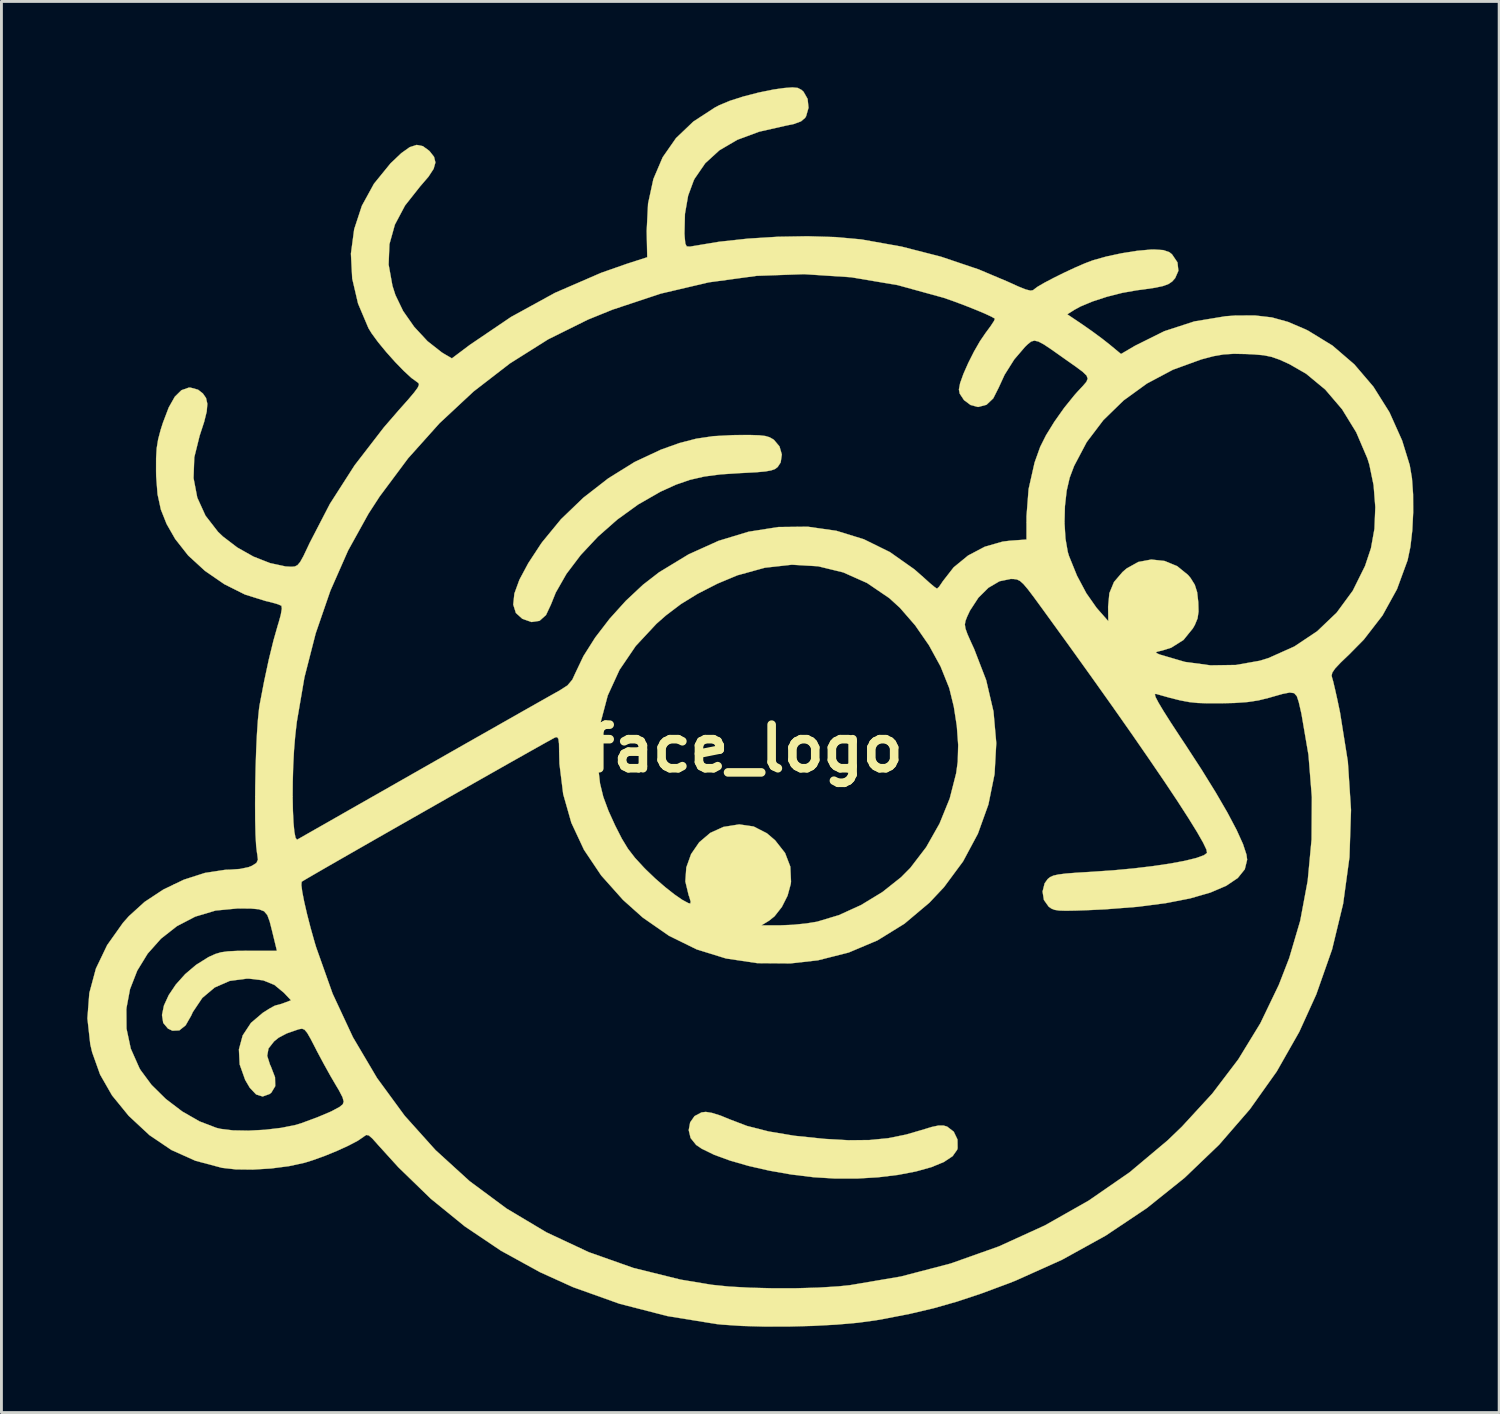
<source format=kicad_pcb>
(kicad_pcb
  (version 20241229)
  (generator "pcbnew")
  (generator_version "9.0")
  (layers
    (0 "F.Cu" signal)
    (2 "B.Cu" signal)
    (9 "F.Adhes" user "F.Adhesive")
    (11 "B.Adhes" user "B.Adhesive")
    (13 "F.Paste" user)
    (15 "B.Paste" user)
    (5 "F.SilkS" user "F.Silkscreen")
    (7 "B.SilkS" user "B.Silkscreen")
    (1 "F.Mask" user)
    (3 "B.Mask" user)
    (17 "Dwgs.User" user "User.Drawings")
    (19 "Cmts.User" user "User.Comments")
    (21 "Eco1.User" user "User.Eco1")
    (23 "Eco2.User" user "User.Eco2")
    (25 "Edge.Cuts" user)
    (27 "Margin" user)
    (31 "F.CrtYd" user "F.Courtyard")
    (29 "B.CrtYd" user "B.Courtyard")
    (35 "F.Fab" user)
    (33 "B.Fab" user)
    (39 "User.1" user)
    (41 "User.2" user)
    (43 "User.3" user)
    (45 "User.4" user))
  (footprint "face_logo"
    (layer "F.Cu")
    (at 23.012 23.111)
    (property "Reference" "face_logo" (at 0 0 0) (layer "F.SilkS") (effects (font (size 1.524 1.524) (thickness 0.3))))
    (attr through_hole)
    (fp_poly (pts (xy -1.176 12.736) (xy -0.877 12.83) (xy -0.577 12.954) (xy 0.045 13.191) (xy 0.803 13.384) (xy 1.706 13.535) (xy 2.752 13.643) (xy 3.596 13.691) (xy 4.322 13.684) (xy 4.977 13.62) (xy 5.604 13.493) (xy 6.137 13.338) (xy 6.494 13.229) (xy 6.737 13.177) (xy 6.909 13.176) (xy 7.039 13.213) (xy 7.272 13.392) (xy 7.402 13.664) (xy 7.406 13.969) (xy 7.39 14.025) (xy 7.232 14.248) (xy 6.926 14.451) (xy 6.493 14.63) (xy 5.952 14.781) (xy 5.326 14.901) (xy 4.634 14.985) (xy 3.898 15.029) (xy 3.137 15.03) (xy 2.372 14.983) (xy 2.371 14.983) (xy 1.594 14.888) (xy 0.831 14.754) (xy 0.108 14.59) (xy -0.546 14.402) (xy -1.104 14.198) (xy -1.538 13.986) (xy -1.731 13.855) (xy -1.925 13.613) (xy -1.991 13.337) (xy -1.941 13.068) (xy -1.788 12.848) (xy -1.544 12.718) (xy -1.393 12.7) (xy -1.176 12.736)) (stroke (width 0.01) (type solid)) (fill yes) (layer "F.SilkS"))
    (fp_poly (pts (xy 0.474 -10.947) (xy 0.685 -10.923) (xy 0.834 -10.879) (xy 0.954 -10.811) (xy 0.989 -10.787) (xy 1.182 -10.557) (xy 1.263 -10.276) (xy 1.223 -10) (xy 1.118 -9.839) (xy 1.027 -9.77) (xy 0.893 -9.721) (xy 0.686 -9.684) (xy 0.376 -9.656) (xy -0.068 -9.632) (xy -0.178 -9.627) (xy -0.871 -9.582) (xy -1.445 -9.507) (xy -1.95 -9.391) (xy -2.436 -9.223) (xy -2.951 -8.989) (xy -2.997 -8.966) (xy -3.759 -8.529) (xy -4.49 -8) (xy -5.167 -7.403) (xy -5.766 -6.763) (xy -6.265 -6.104) (xy -6.639 -5.449) (xy -6.808 -5.029) (xy -6.979 -4.666) (xy -7.205 -4.463) (xy -7.484 -4.421) (xy -7.805 -4.533) (xy -8.031 -4.736) (xy -8.124 -5.03) (xy -8.084 -5.416) (xy -7.909 -5.897) (xy -7.6 -6.475) (xy -7.156 -7.152) (xy -7.109 -7.218) (xy -6.456 -8.013) (xy -5.674 -8.765) (xy -4.803 -9.442) (xy -3.881 -10.015) (xy -2.963 -10.445) (xy -2.314 -10.677) (xy -1.726 -10.829) (xy -1.129 -10.917) (xy -0.452 -10.953) (xy -0.281 -10.956) (xy 0.163 -10.957) (xy 0.474 -10.947)) (stroke (width 0.01) (type solid)) (fill yes) (layer "F.SilkS"))
    (fp_poly (pts (xy 1.82 -23.088) (xy 1.95 -23.02) (xy 2.021 -22.956) (xy 2.164 -22.704) (xy 2.196 -22.395) (xy 2.111 -22.098) (xy 2.076 -22.041) (xy 1.934 -21.92) (xy 1.682 -21.827) (xy 1.377 -21.764) (xy 0.47 -21.558) (xy -0.293 -21.275) (xy -0.918 -20.909) (xy -1.413 -20.457) (xy -1.786 -19.914) (xy -1.815 -19.857) (xy -2.012 -19.322) (xy -2.123 -18.686) (xy -2.14 -17.998) (xy -2.132 -17.876) (xy -2.11 -17.648) (xy -2.061 -17.55) (xy -1.949 -17.541) (xy -1.836 -17.561) (xy -0.925 -17.712) (xy 0.078 -17.821) (xy 1.124 -17.886) (xy 2.161 -17.904) (xy 3.14 -17.875) (xy 4.012 -17.796) (xy 4.064 -17.789) (xy 5.444 -17.543) (xy 6.823 -17.19) (xy 8.145 -16.744) (xy 9.161 -16.315) (xy 9.538 -16.144) (xy 9.792 -16.043) (xy 9.952 -16.004) (xy 10.045 -16.019) (xy 10.077 -16.047) (xy 10.201 -16.139) (xy 10.443 -16.28) (xy 10.767 -16.45) (xy 11.134 -16.632) (xy 11.509 -16.807) (xy 11.853 -16.956) (xy 12.13 -17.061) (xy 12.133 -17.062) (xy 12.605 -17.195) (xy 13.143 -17.31) (xy 13.681 -17.395) (xy 14.15 -17.438) (xy 14.274 -17.441) (xy 14.596 -17.42) (xy 14.805 -17.348) (xy 14.899 -17.274) (xy 15.091 -16.991) (xy 15.123 -16.698) (xy 15.01 -16.44) (xy 14.906 -16.322) (xy 14.776 -16.234) (xy 14.589 -16.165) (xy 14.312 -16.106) (xy 13.913 -16.047) (xy 13.665 -16.015) (xy 13.162 -15.926) (xy 12.63 -15.791) (xy 12.124 -15.626) (xy 11.698 -15.448) (xy 11.493 -15.336) (xy 11.24 -15.176) (xy 11.779 -14.813) (xy 12.115 -14.578) (xy 12.46 -14.323) (xy 12.718 -14.12) (xy 13.118 -13.789) (xy 13.612 -14.079) (xy 14.63 -14.585) (xy 15.679 -14.927) (xy 16.772 -15.108) (xy 17.104 -15.132) (xy 17.793 -15.136) (xy 18.39 -15.067) (xy 18.958 -14.909) (xy 19.562 -14.651) (xy 19.661 -14.602) (xy 20.51 -14.082) (xy 21.273 -13.425) (xy 21.94 -12.644) (xy 22.5 -11.752) (xy 22.943 -10.763) (xy 23.208 -9.906) (xy 23.286 -9.448) (xy 23.326 -8.88) (xy 23.329 -8.255) (xy 23.298 -7.627) (xy 23.232 -7.051) (xy 23.134 -6.582) (xy 23.133 -6.579) (xy 22.763 -5.569) (xy 22.256 -4.65) (xy 21.604 -3.807) (xy 21.097 -3.293) (xy 20.794 -3.003) (xy 20.602 -2.799) (xy 20.503 -2.655) (xy 20.478 -2.548) (xy 20.49 -2.494) (xy 20.532 -2.348) (xy 20.597 -2.073) (xy 20.678 -1.71) (xy 20.765 -1.295) (xy 20.771 -1.267) (xy 21.046 0.459) (xy 21.156 2.147) (xy 21.102 3.8) (xy 20.881 5.424) (xy 20.495 7.02) (xy 19.942 8.594) (xy 19.348 9.902) (xy 18.56 11.288) (xy 17.623 12.606) (xy 16.547 13.847) (xy 15.342 15.002) (xy 14.019 16.063) (xy 12.586 17.022) (xy 11.054 17.869) (xy 9.433 18.597) (xy 9.181 18.696) (xy 8.239 19.046) (xy 7.387 19.329) (xy 6.569 19.562) (xy 5.727 19.76) (xy 4.804 19.939) (xy 4.53 19.987) (xy 3.913 20.07) (xy 3.173 20.135) (xy 2.353 20.179) (xy 1.499 20.202) (xy 0.656 20.203) (xy -0.132 20.181) (xy -0.821 20.135) (xy -1.016 20.115) (xy -2.735 19.836) (xy -4.415 19.404) (xy -6.032 18.826) (xy -7.191 18.301) (xy -8.553 17.552) (xy -9.815 16.703) (xy -11.003 15.737) (xy -12.141 14.633) (xy -12.85 13.852) (xy -13.047 13.631) (xy -13.172 13.522) (xy -13.261 13.506) (xy -13.348 13.563) (xy -13.361 13.574) (xy -13.558 13.708) (xy -13.875 13.875) (xy -14.27 14.056) (xy -14.701 14.233) (xy -15.127 14.387) (xy -15.415 14.477) (xy -15.961 14.596) (xy -16.584 14.677) (xy -17.223 14.716) (xy -17.82 14.709) (xy -18.302 14.655) (xy -19.232 14.408) (xy -20.07 14.032) (xy -20.838 13.513) (xy -21.561 12.84) (xy -21.571 12.829) (xy -22.145 12.125) (xy -22.563 11.396) (xy -22.841 10.617) (xy -22.907 10.334) (xy -23.007 9.431) (xy -22.981 9.091) (xy -21.646 9.091) (xy -21.641 9.789) (xy -21.492 10.488) (xy -21.189 11.171) (xy -21.152 11.235) (xy -20.766 11.756) (xy -20.266 12.249) (xy -19.694 12.684) (xy -19.091 13.031) (xy -18.498 13.258) (xy -18.354 13.293) (xy -17.919 13.346) (xy -17.381 13.356) (xy -16.8 13.325) (xy -16.233 13.258) (xy -15.74 13.159) (xy -15.536 13.098) (xy -14.937 12.875) (xy -14.489 12.685) (xy -14.196 12.529) (xy -14.082 12.436) (xy -14.049 12.341) (xy -14.089 12.19) (xy -14.212 11.951) (xy -14.321 11.769) (xy -14.519 11.43) (xy -14.75 11.014) (xy -14.973 10.597) (xy -15.031 10.483) (xy -15.205 10.146) (xy -15.327 9.935) (xy -15.419 9.826) (xy -15.506 9.792) (xy -15.609 9.809) (xy -15.64 9.818) (xy -16.041 9.957) (xy -16.323 10.106) (xy -16.482 10.234) (xy -16.678 10.483) (xy -16.724 10.741) (xy -16.626 11.049) (xy -16.601 11.097) (xy -16.45 11.489) (xy -16.443 11.801) (xy -16.58 12.029) (xy -16.64 12.075) (xy -16.882 12.162) (xy -17.11 12.09) (xy -17.332 11.856) (xy -17.493 11.582) (xy -17.685 11.041) (xy -17.712 10.517) (xy -17.58 10.028) (xy -17.291 9.59) (xy -16.878 9.238) (xy -16.65 9.094) (xy -16.478 8.998) (xy -16.416 8.975) (xy -16.297 8.947) (xy -16.121 8.887) (xy -15.891 8.8) (xy -16.137 8.538) (xy -16.471 8.262) (xy -16.863 8.103) (xy -17.353 8.044) (xy -17.441 8.043) (xy -18.034 8.122) (xy -18.556 8.35) (xy -18.991 8.716) (xy -19.323 9.21) (xy -19.38 9.335) (xy -19.574 9.674) (xy -19.794 9.851) (xy -20.036 9.862) (xy -20.19 9.789) (xy -20.357 9.59) (xy -20.4 9.314) (xy -20.332 8.983) (xy -20.166 8.62) (xy -19.915 8.247) (xy -19.591 7.886) (xy -19.208 7.561) (xy -18.778 7.292) (xy -18.735 7.271) (xy -18.535 7.181) (xy -18.337 7.122) (xy -18.098 7.089) (xy -17.774 7.073) (xy -17.357 7.07) (xy -16.383 7.07) (xy -16.552 6.376) (xy -16.636 6.045) (xy -16.718 5.823) (xy -16.832 5.688) (xy -17.011 5.619) (xy -17.289 5.593) (xy -17.698 5.589) (xy -17.755 5.589) (xy -18.527 5.663) (xy -19.238 5.875) (xy -19.878 6.208) (xy -20.436 6.646) (xy -20.902 7.17) (xy -21.266 7.764) (xy -21.518 8.41) (xy -21.646 9.091) (xy -22.981 9.091) (xy -22.94 8.548) (xy -22.71 7.692) (xy -22.317 6.872) (xy -21.765 6.094) (xy -21.561 5.863) (xy -21.008 5.361) (xy -20.352 4.928) (xy -20.007 4.763) (xy -15.53 4.763) (xy -15.499 5.005) (xy -15.431 5.354) (xy -15.332 5.783) (xy -15.208 6.265) (xy -15.065 6.773) (xy -15.014 6.943) (xy -14.438 8.566) (xy -13.726 10.093) (xy -12.884 11.517) (xy -11.92 12.833) (xy -10.84 14.036) (xy -9.65 15.12) (xy -8.356 16.079) (xy -6.965 16.909) (xy -5.484 17.603) (xy -3.919 18.156) (xy -2.276 18.562) (xy -1.185 18.743) (xy -0.578 18.805) (xy 0.148 18.845) (xy 0.943 18.865) (xy 1.756 18.864) (xy 2.539 18.842) (xy 3.242 18.798) (xy 3.641 18.757) (xy 5.423 18.454) (xy 7.162 18) (xy 8.845 17.403) (xy 10.458 16.667) (xy 11.987 15.801) (xy 13.42 14.81) (xy 14.742 13.7) (xy 15.247 13.215) (xy 16.308 12.06) (xy 17.216 10.865) (xy 17.987 9.605) (xy 18.635 8.257) (xy 18.997 7.324) (xy 19.382 6.018) (xy 19.642 4.626) (xy 19.778 3.176) (xy 19.788 1.699) (xy 19.67 0.225) (xy 19.424 -1.216) (xy 19.402 -1.312) (xy 19.33 -1.626) (xy 19.263 -1.829) (xy 19.168 -1.935) (xy 19.013 -1.957) (xy 18.766 -1.909) (xy 18.395 -1.804) (xy 18.288 -1.773) (xy 17.92 -1.682) (xy 17.536 -1.624) (xy 17.083 -1.592) (xy 16.595 -1.581) (xy 16.151 -1.581) (xy 15.802 -1.592) (xy 15.496 -1.624) (xy 15.182 -1.684) (xy 14.807 -1.778) (xy 14.335 -1.911) (xy 14.299 -1.893) (xy 14.327 -1.796) (xy 14.425 -1.607) (xy 14.599 -1.316) (xy 14.855 -0.912) (xy 15.201 -0.384) (xy 15.352 -0.157) (xy 15.933 0.736) (xy 16.43 1.539) (xy 16.84 2.245) (xy 17.158 2.847) (xy 17.38 3.337) (xy 17.502 3.707) (xy 17.526 3.886) (xy 17.443 4.222) (xy 17.198 4.526) (xy 16.796 4.797) (xy 16.239 5.035) (xy 15.534 5.238) (xy 14.684 5.404) (xy 13.695 5.532) (xy 12.569 5.62) (xy 12.023 5.646) (xy 11.539 5.664) (xy 11.194 5.67) (xy 10.957 5.663) (xy 10.799 5.639) (xy 10.688 5.596) (xy 10.596 5.532) (xy 10.588 5.525) (xy 10.423 5.292) (xy 10.376 4.999) (xy 10.449 4.71) (xy 10.556 4.562) (xy 10.64 4.494) (xy 10.755 4.442) (xy 10.929 4.403) (xy 11.189 4.37) (xy 11.562 4.341) (xy 12.076 4.31) (xy 12.836 4.258) (xy 13.564 4.19) (xy 14.239 4.109) (xy 14.842 4.02) (xy 15.353 3.924) (xy 15.751 3.826) (xy 16.017 3.729) (xy 16.124 3.649) (xy 16.104 3.533) (xy 15.987 3.288) (xy 15.778 2.922) (xy 15.48 2.44) (xy 15.099 1.849) (xy 14.638 1.157) (xy 14.102 0.371) (xy 13.497 -0.505) (xy 12.826 -1.461) (xy 12.093 -2.493) (xy 11.304 -3.593) (xy 10.463 -4.754) (xy 10.365 -4.889) (xy 10.075 -5.286) (xy 9.863 -5.566) (xy 9.708 -5.749) (xy 9.587 -5.857) (xy 9.48 -5.909) (xy 9.364 -5.925) (xy 9.263 -5.927) (xy 8.87 -5.846) (xy 8.485 -5.62) (xy 8.132 -5.27) (xy 7.838 -4.819) (xy 7.738 -4.606) (xy 7.682 -4.461) (xy 7.66 -4.336) (xy 7.681 -4.193) (xy 7.752 -3.995) (xy 7.882 -3.702) (xy 7.985 -3.479) (xy 8.404 -2.393) (xy 8.661 -1.293) (xy 8.758 -0.192) (xy 8.698 0.895) (xy 8.483 1.956) (xy 8.116 2.977) (xy 7.598 3.944) (xy 6.933 4.843) (xy 6.421 5.388) (xy 5.547 6.124) (xy 4.607 6.705) (xy 3.6 7.13) (xy 2.524 7.402) (xy 1.566 7.51) (xy 0.405 7.501) (xy -0.687 7.338) (xy -1.714 7.02) (xy -2.682 6.544) (xy -3.597 5.908) (xy -4.286 5.292) (xy -5.05 4.436) (xy -5.651 3.54) (xy -6.093 2.595) (xy -6.378 1.595) (xy -6.509 0.534) (xy -6.519 0.144) (xy -5.163 0.144) (xy -5.148 0.727) (xy -5.091 1.222) (xy -4.978 1.686) (xy -4.796 2.178) (xy -4.56 2.697) (xy -4.33 3.148) (xy -4.115 3.502) (xy -3.871 3.819) (xy -3.555 4.162) (xy -3.487 4.231) (xy -3.159 4.545) (xy -2.817 4.842) (xy -2.491 5.099) (xy -2.21 5.293) (xy -2.003 5.403) (xy -1.935 5.419) (xy -1.923 5.351) (xy -1.972 5.182) (xy -1.994 5.125) (xy -2.109 4.645) (xy -2.075 4.156) (xy -1.908 3.69) (xy -1.624 3.277) (xy -1.238 2.949) (xy -0.778 2.74) (xy -0.226 2.652) (xy 0.277 2.725) (xy 0.741 2.962) (xy 1.028 3.207) (xy 1.376 3.65) (xy 1.56 4.129) (xy 1.584 4.654) (xy 1.575 4.734) (xy 1.464 5.142) (xy 1.264 5.538) (xy 1.008 5.864) (xy 0.819 6.016) (xy 0.55 6.18) (xy 1.228 6.179) (xy 1.657 6.161) (xy 2.119 6.114) (xy 2.495 6.053) (xy 3.259 5.823) (xy 4.037 5.468) (xy 4.778 5.017) (xy 5.431 4.499) (xy 5.754 4.173) (xy 6.309 3.448) (xy 6.775 2.624) (xy 7.131 1.747) (xy 7.357 0.862) (xy 7.412 0.457) (xy 7.427 -0.125) (xy 7.379 -0.79) (xy 7.274 -1.465) (xy 7.123 -2.081) (xy 7.107 -2.132) (xy 6.812 -2.867) (xy 6.407 -3.607) (xy 5.923 -4.306) (xy 5.393 -4.916) (xy 5.02 -5.256) (xy 4.242 -5.785) (xy 3.409 -6.156) (xy 2.53 -6.37) (xy 1.614 -6.424) (xy 0.671 -6.319) (xy -0.29 -6.054) (xy -0.987 -5.763) (xy -1.68 -5.408) (xy -2.262 -5.05) (xy -2.786 -4.653) (xy -3.12 -4.359) (xy -3.842 -3.585) (xy -4.41 -2.749) (xy -4.821 -1.853) (xy -5.073 -0.903) (xy -5.163 0.096) (xy -5.163 0.144) (xy -6.519 0.144) (xy -6.519 0.139) (xy -6.524 -0.168) (xy -6.546 -0.336) (xy -6.591 -0.398) (xy -6.654 -0.39) (xy -6.75 -0.34) (xy -6.976 -0.215) (xy -7.317 -0.024) (xy -7.757 0.224) (xy -8.281 0.519) (xy -8.872 0.854) (xy -9.514 1.218) (xy -10.193 1.603) (xy -10.891 2.001) (xy -11.594 2.401) (xy -12.286 2.795) (xy -12.95 3.174) (xy -13.572 3.53) (xy -14.134 3.852) (xy -14.622 4.132) (xy -15.02 4.362) (xy -15.311 4.531) (xy -15.481 4.632) (xy -15.518 4.656) (xy -15.53 4.763) (xy -20.007 4.763) (xy -19.635 4.584) (xy -18.9 4.348) (xy -18.189 4.239) (xy -18.009 4.233) (xy -17.673 4.209) (xy -17.378 4.147) (xy -17.265 4.103) (xy -17.101 4.001) (xy -17.047 3.885) (xy -17.072 3.683) (xy -17.078 3.658) (xy -17.109 3.403) (xy -17.131 3.01) (xy -17.143 2.51) (xy -17.146 1.933) (xy -17.144 1.684) (xy -15.834 1.684) (xy -15.825 2.169) (xy -15.805 2.586) (xy -15.774 2.911) (xy -15.733 3.12) (xy -15.681 3.187) (xy -15.674 3.184) (xy -15.593 3.138) (xy -15.378 3.015) (xy -15.041 2.823) (xy -14.596 2.57) (xy -14.057 2.262) (xy -13.435 1.908) (xy -12.744 1.515) (xy -11.997 1.089) (xy -11.261 0.67) (xy -10.46 0.214) (xy -9.694 -0.222) (xy -8.976 -0.629) (xy -8.321 -1.001) (xy -7.743 -1.329) (xy -7.257 -1.604) (xy -6.877 -1.819) (xy -6.617 -1.965) (xy -6.502 -2.029) (xy -6.229 -2.205) (xy -6.058 -2.407) (xy -5.958 -2.625) (xy -5.67 -3.23) (xy -5.26 -3.878) (xy -4.757 -4.533) (xy -4.191 -5.16) (xy -3.59 -5.723) (xy -3.027 -6.159) (xy -1.995 -6.786) (xy -0.949 -7.258) (xy 0.101 -7.577) (xy 1.144 -7.741) (xy 2.17 -7.752) (xy 3.168 -7.61) (xy 4.129 -7.314) (xy 5.041 -6.865) (xy 5.895 -6.263) (xy 6.218 -5.979) (xy 6.436 -5.782) (xy 6.604 -5.642) (xy 6.687 -5.588) (xy 6.687 -5.588) (xy 6.759 -5.653) (xy 6.869 -5.813) (xy 6.884 -5.838) (xy 7.269 -6.332) (xy 7.773 -6.745) (xy 8.358 -7.053) (xy 8.983 -7.232) (xy 9.229 -7.262) (xy 9.815 -7.304) (xy 9.815 -7.889) (xy 11.143 -7.889) (xy 11.176 -7.339) (xy 11.257 -6.871) (xy 11.299 -6.731) (xy 11.578 -6.043) (xy 11.907 -5.425) (xy 12.26 -4.922) (xy 12.311 -4.863) (xy 12.674 -4.451) (xy 12.667 -4.956) (xy 12.711 -5.429) (xy 12.872 -5.819) (xy 13.172 -6.17) (xy 13.315 -6.293) (xy 13.721 -6.52) (xy 14.176 -6.605) (xy 14.641 -6.555) (xy 15.081 -6.374) (xy 15.458 -6.068) (xy 15.549 -5.96) (xy 15.696 -5.724) (xy 15.779 -5.461) (xy 15.818 -5.115) (xy 15.827 -4.786) (xy 15.793 -4.548) (xy 15.7 -4.323) (xy 15.631 -4.201) (xy 15.301 -3.794) (xy 14.871 -3.523) (xy 14.563 -3.427) (xy 14.373 -3.382) (xy 14.335 -3.348) (xy 14.434 -3.3) (xy 14.478 -3.283) (xy 15.349 -3.028) (xy 16.246 -2.907) (xy 17.132 -2.92) (xy 17.97 -3.068) (xy 18.273 -3.162) (xy 19.176 -3.566) (xy 19.973 -4.098) (xy 20.657 -4.751) (xy 21.218 -5.515) (xy 21.647 -6.38) (xy 21.854 -7.001) (xy 21.976 -7.68) (xy 22.006 -8.435) (xy 21.946 -9.203) (xy 21.798 -9.92) (xy 21.73 -10.138) (xy 21.339 -11.052) (xy 20.844 -11.858) (xy 20.257 -12.545) (xy 19.589 -13.098) (xy 19.003 -13.435) (xy 18.661 -13.59) (xy 18.383 -13.688) (xy 18.104 -13.745) (xy 17.759 -13.775) (xy 17.511 -13.787) (xy 17.063 -13.796) (xy 16.704 -13.774) (xy 16.353 -13.713) (xy 15.932 -13.602) (xy 15.921 -13.599) (xy 14.933 -13.24) (xy 14.024 -12.757) (xy 13.208 -12.166) (xy 12.501 -11.478) (xy 11.919 -10.71) (xy 11.477 -9.873) (xy 11.323 -9.464) (xy 11.218 -9.01) (xy 11.157 -8.465) (xy 11.143 -7.889) (xy 9.815 -7.889) (xy 9.815 -8.118) (xy 9.888 -9.067) (xy 10.098 -9.997) (xy 10.293 -10.542) (xy 10.497 -10.949) (xy 10.788 -11.421) (xy 11.132 -11.907) (xy 11.494 -12.355) (xy 11.597 -12.471) (xy 11.783 -12.669) (xy 11.906 -12.812) (xy 11.954 -12.925) (xy 11.915 -13.035) (xy 11.779 -13.167) (xy 11.534 -13.349) (xy 11.171 -13.604) (xy 11.091 -13.661) (xy 10.703 -13.935) (xy 10.426 -14.121) (xy 10.231 -14.225) (xy 10.09 -14.257) (xy 9.976 -14.224) (xy 9.861 -14.133) (xy 9.765 -14.041) (xy 9.385 -13.597) (xy 9.049 -13.063) (xy 8.843 -12.615) (xy 8.652 -12.237) (xy 8.418 -12.015) (xy 8.131 -11.938) (xy 8.115 -11.938) (xy 7.86 -12.006) (xy 7.63 -12.178) (xy 7.481 -12.403) (xy 7.452 -12.548) (xy 7.495 -12.772) (xy 7.611 -13.095) (xy 7.779 -13.475) (xy 7.978 -13.87) (xy 8.189 -14.237) (xy 8.387 -14.527) (xy 8.56 -14.761) (xy 8.676 -14.938) (xy 8.712 -15.022) (xy 8.711 -15.023) (xy 8.593 -15.092) (xy 8.352 -15.204) (xy 8.026 -15.34) (xy 7.654 -15.488) (xy 7.271 -15.631) (xy 6.922 -15.753) (xy 5.313 -16.196) (xy 3.685 -16.471) (xy 2.04 -16.579) (xy 0.38 -16.52) (xy -1.291 -16.293) (xy -2.97 -15.899) (xy -4.656 -15.339) (xy -5.513 -14.991) (xy -6.901 -14.303) (xy -8.238 -13.461) (xy -9.509 -12.48) (xy -10.701 -11.369) (xy -11.8 -10.142) (xy -12.792 -8.811) (xy -13.182 -8.21) (xy -13.897 -6.919) (xy -14.516 -5.514) (xy -15.028 -4.027) (xy -15.422 -2.487) (xy -15.689 -0.928) (xy -15.745 -0.436) (xy -15.787 0.072) (xy -15.815 0.611) (xy -15.83 1.157) (xy -15.834 1.684) (xy -17.144 1.684) (xy -17.141 1.312) (xy -17.128 0.676) (xy -17.108 0.057) (xy -17.081 -0.515) (xy -17.047 -1.007) (xy -17.008 -1.39) (xy -16.988 -1.524) (xy -16.832 -2.34) (xy -16.668 -3.106) (xy -16.502 -3.783) (xy -16.345 -4.334) (xy -16.327 -4.389) (xy -16.249 -4.67) (xy -16.212 -4.886) (xy -16.225 -4.989) (xy -16.343 -5.041) (xy -16.571 -5.107) (xy -16.777 -5.156) (xy -17.502 -5.383) (xy -18.221 -5.743) (xy -18.896 -6.207) (xy -19.484 -6.746) (xy -19.939 -7.324) (xy -20.239 -7.848) (xy -20.439 -8.351) (xy -20.556 -8.889) (xy -20.604 -9.518) (xy -20.607 -9.694) (xy -20.606 -10.148) (xy -20.585 -10.496) (xy -20.535 -10.804) (xy -20.448 -11.134) (xy -20.367 -11.388) (xy -20.164 -11.921) (xy -19.952 -12.296) (xy -19.721 -12.523) (xy -19.465 -12.613) (xy -19.41 -12.615) (xy -19.139 -12.54) (xy -18.971 -12.409) (xy -18.861 -12.249) (xy -18.816 -12.049) (xy -18.837 -11.78) (xy -18.927 -11.416) (xy -19.085 -10.932) (xy -19.272 -10.177) (xy -19.298 -9.452) (xy -19.167 -8.768) (xy -18.88 -8.138) (xy -18.442 -7.573) (xy -18.275 -7.413) (xy -17.767 -7.025) (xy -17.202 -6.707) (xy -16.623 -6.48) (xy -16.078 -6.363) (xy -15.875 -6.352) (xy -15.758 -6.362) (xy -15.663 -6.41) (xy -15.569 -6.523) (xy -15.455 -6.728) (xy -15.301 -7.053) (xy -15.243 -7.177) (xy -14.531 -8.552) (xy -13.668 -9.898) (xy -12.646 -11.223) (xy -12.109 -11.843) (xy -11.797 -12.193) (xy -11.588 -12.441) (xy -11.466 -12.606) (xy -11.419 -12.709) (xy -11.434 -12.771) (xy -11.481 -12.806) (xy -11.681 -12.951) (xy -11.949 -13.198) (xy -12.254 -13.512) (xy -12.564 -13.859) (xy -12.847 -14.203) (xy -13.073 -14.511) (xy -13.183 -14.69) (xy -13.548 -15.552) (xy -13.752 -16.426) (xy -13.797 -17.297) (xy -13.683 -18.15) (xy -13.414 -18.969) (xy -12.992 -19.739) (xy -12.418 -20.445) (xy -12.395 -20.468) (xy -12.034 -20.81) (xy -11.743 -21.017) (xy -11.5 -21.096) (xy -11.283 -21.053) (xy -11.068 -20.896) (xy -11.045 -20.874) (xy -10.892 -20.679) (xy -10.844 -20.483) (xy -10.907 -20.26) (xy -11.089 -19.982) (xy -11.381 -19.643) (xy -11.905 -18.98) (xy -12.261 -18.31) (xy -12.452 -17.625) (xy -12.48 -16.915) (xy -12.346 -16.173) (xy -12.243 -15.851) (xy -11.974 -15.292) (xy -11.585 -14.736) (xy -11.12 -14.236) (xy -10.621 -13.844) (xy -10.52 -13.782) (xy -10.268 -13.636) (xy -9.643 -14.106) (xy -8.203 -15.082) (xy -6.667 -15.925) (xy -5.053 -16.625) (xy -4.155 -16.94) (xy -3.441 -17.17) (xy -3.46 -18.089) (xy -3.412 -19.045) (xy -3.226 -19.903) (xy -2.901 -20.665) (xy -2.435 -21.334) (xy -1.828 -21.913) (xy -1.077 -22.402) (xy -0.924 -22.483) (xy -0.557 -22.636) (xy -0.079 -22.789) (xy 0.452 -22.926) (xy 0.978 -23.033) (xy 1.34 -23.084) (xy 1.635 -23.106) (xy 1.82 -23.088)) (stroke (width 0.01) (type solid)) (fill yes) (layer "F.SilkS")))
  (gr_rect
    (start -3 -3)
    (end 49.346 46.319)
    (stroke (width 0.1) (type default))
    (fill no)
    (layer "Edge.Cuts")))
</source>
